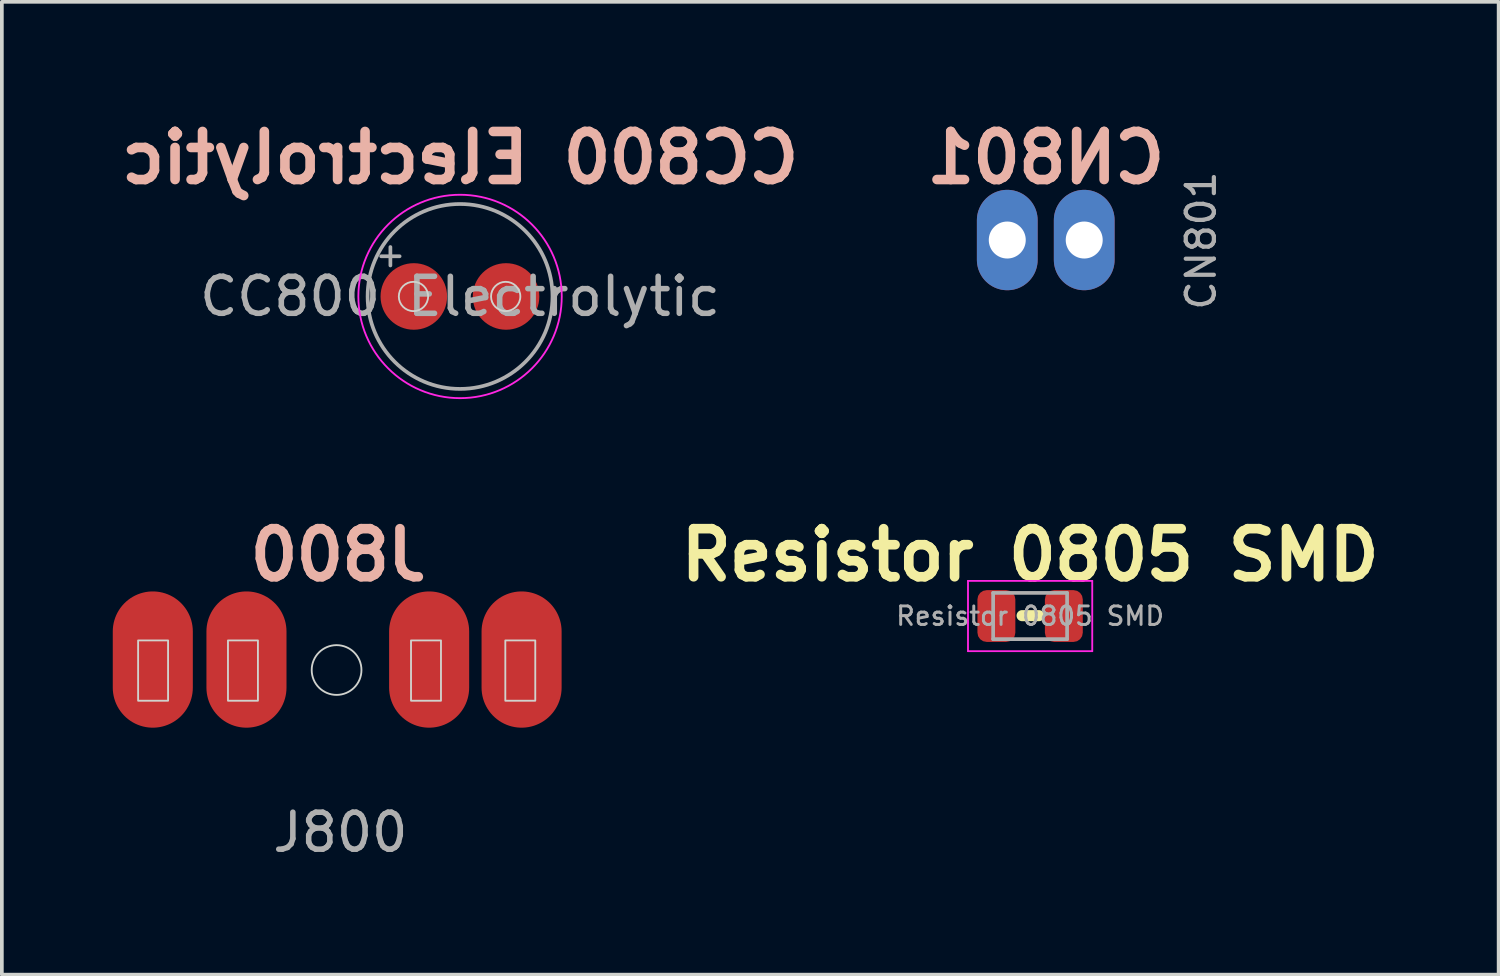
<source format=kicad_pcb>
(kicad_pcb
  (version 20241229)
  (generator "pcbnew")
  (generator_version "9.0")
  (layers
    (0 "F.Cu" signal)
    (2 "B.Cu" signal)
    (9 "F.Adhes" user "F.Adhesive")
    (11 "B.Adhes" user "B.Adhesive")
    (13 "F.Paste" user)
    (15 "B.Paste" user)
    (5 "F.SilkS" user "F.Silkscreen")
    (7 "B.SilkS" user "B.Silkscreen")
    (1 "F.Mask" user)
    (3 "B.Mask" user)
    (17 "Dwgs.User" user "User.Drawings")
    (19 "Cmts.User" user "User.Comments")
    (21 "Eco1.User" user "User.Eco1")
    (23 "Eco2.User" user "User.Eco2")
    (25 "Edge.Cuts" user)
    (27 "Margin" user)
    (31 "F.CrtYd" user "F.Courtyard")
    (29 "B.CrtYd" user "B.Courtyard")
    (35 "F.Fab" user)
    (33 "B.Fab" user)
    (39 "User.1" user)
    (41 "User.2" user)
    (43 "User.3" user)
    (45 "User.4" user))
  (footprint "CC800 Electrolytic"
    (layer "F.Cu")
    (at 8.141 4.967)
    (property "Reference" "CC800 Electrolytic" (at 1.25 -3.75 0) (layer "B.SilkS") (effects (font (size 1.3 1.3) (thickness 0.26) (bold yes)) (justify mirror)))
    (attr through_hole)
    (fp_circle (center -0.01 0) (end 0.27 0.28) (stroke (width 0.05) (type default)) (fill no) (layer "Edge.Cuts"))
    (fp_circle (center 2.484 0) (end 2.764 0.28) (stroke (width 0.05) (type default)) (fill no) (layer "Edge.Cuts"))
    (fp_circle (center 1.25 0) (end 4 0) (stroke (width 0.05) (type solid)) (fill no) (layer "F.CrtYd"))
    (fp_line (start -0.884 -1.087) (end -0.384 -1.087) (stroke (width 0.1) (type solid)) (layer "F.Fab"))
    (fp_line (start -0.634 -1.337) (end -0.634 -0.838) (stroke (width 0.1) (type solid)) (layer "F.Fab"))
    (fp_circle (center 1.25 0) (end 3.75 0) (stroke (width 0.1) (type solid)) (fill no) (layer "F.Fab"))
    (fp_text user "${REFERENCE}" (at 1.25 0 0) (layer "F.Fab") (effects (font (size 1 1) (thickness 0.15))))
    (pad "1" smd circle (at 0 0) (size 1.8 1.8) (layers "F.Cu" "F.Mask" "F.Paste"))
    (pad "2" smd circle (at 2.494 0) (size 1.8 1.8) (layers "F.Cu" "F.Mask" "F.Paste")))
  (footprint "CN801"
    (layer "F.Cu")
    (at 25.23 2.777)
    (property "Reference" "CN801" (at 0 -1.56 0) (layer "B.SilkS") (effects (font (size 1.3 1.3) (thickness 0.26) (bold yes)) (justify mirror)))
    (attr through_hole)
    (fp_text user "${REFERENCE}" (at 4.2 0.68 90) (layer "F.Fab") (effects (font (size 0.76 0.76) (thickness 0.114))))
    (pad "1" thru_hole oval (at -1.041 0.664) (size 1.643 2.715) (drill 1) (layers "*.Cu" "*.Mask"))
    (pad "2" thru_hole oval (at 1.04 0.664) (size 1.643 2.715) (drill 1) (layers "*.Cu" "*.Mask")))
  (footprint "Resistor 0805 SMD"
    (layer "F.Cu")
    (at 24.807 13.609)
    (property "Reference" "Resistor 0805 SMD" (at 0 -1.65 0) (layer "F.SilkS") (effects (font (size 1.3 1.3) (thickness 0.26) (bold yes))))
    (attr smd)
    (fp_line (start -0.217 -0.01) (end 0.237 -0.01) (stroke (width 0.3) (type solid)) (layer "F.SilkS"))
    (fp_line (start -1.68 -0.95) (end 1.68 -0.95) (stroke (width 0.05) (type solid)) (layer "F.CrtYd"))
    (fp_line (start -1.68 0.95) (end -1.68 -0.95) (stroke (width 0.05) (type solid)) (layer "F.CrtYd"))
    (fp_line (start 1.68 -0.95) (end 1.68 0.95) (stroke (width 0.05) (type solid)) (layer "F.CrtYd"))
    (fp_line (start 1.68 0.95) (end -1.68 0.95) (stroke (width 0.05) (type solid)) (layer "F.CrtYd"))
    (fp_line (start -1 -0.625) (end 1 -0.625) (stroke (width 0.1) (type solid)) (layer "F.Fab"))
    (fp_line (start -1 0.625) (end -1 -0.625) (stroke (width 0.1) (type solid)) (layer "F.Fab"))
    (fp_line (start 1 -0.625) (end 1 0.625) (stroke (width 0.1) (type solid)) (layer "F.Fab"))
    (fp_line (start 1 0.625) (end -1 0.625) (stroke (width 0.1) (type solid)) (layer "F.Fab"))
    (fp_text user "${REFERENCE}" (at 0 0 0) (layer "F.Fab") (effects (font (size 0.5 0.5) (thickness 0.08))))
    (pad "1" smd roundrect (at -0.912 0) (size 1.025 1.4) (layers "F.Cu" "F.Mask" "F.Paste") (roundrect_rratio 0.244))
    (pad "2" smd roundrect (at 0.912 0) (size 1.025 1.4) (layers "F.Cu" "F.Mask" "F.Paste") (roundrect_rratio 0.244)))
  (footprint "J800"
    (layer "F.Cu")
    (at 6.095 14.289)
    (property "Reference" "J800" (at 0 -2.33 0) (layer "B.SilkS") (effects (font (size 1.3 1.3) (thickness 0.26) (bold yes)) (justify mirror)))
    (attr through_hole)
    (fp_circle (center -0.02 0.79) (end 1.07 0.79) (stroke (width 0.1) (type solid)) (fill yes) (layer "F.Mask"))
    (fp_rect (start -5.41 -0.02) (end -4.6 1.61) (stroke (width 0.05) (type default)) (fill no) (layer "Edge.Cuts"))
    (fp_rect (start -2.98 -0.02) (end -2.17 1.61) (stroke (width 0.05) (type default)) (fill no) (layer "Edge.Cuts"))
    (fp_rect (start 1.97 -0.02) (end 2.78 1.61) (stroke (width 0.05) (type default)) (fill no) (layer "Edge.Cuts"))
    (fp_rect (start 4.52 -0.02) (end 5.33 1.61) (stroke (width 0.05) (type default)) (fill no) (layer "Edge.Cuts"))
    (fp_circle (center -0.043 0.78) (end 0.627 0.84) (stroke (width 0.05) (type default)) (fill no) (layer "Edge.Cuts"))
    (fp_text user "${REFERENCE}" (at 0.06 5.17 0) (layer "F.Fab") (effects (font (size 1 1) (thickness 0.15))))
    (pad "G" smd oval (at -2.48 0.497) (size 2.165 3.685) (layers "F.Cu" "F.Mask"))
    (pad "G" smd oval (at 2.46 0.497) (size 2.165 3.685) (layers "F.Cu" "F.Mask"))
    (pad "S" smd oval (at -5.013 0.497) (size 2.165 3.685) (layers "F.Cu" "F.Mask"))
    (pad "T" smd oval (at 4.96 0.497) (size 2.165 3.685) (layers "F.Cu" "F.Mask")))
  (gr_rect
    (start -3 -3)
    (end 37.477 23.307)
    (stroke (width 0.1) (type default))
    (fill no)
    (layer "Edge.Cuts")))
</source>
